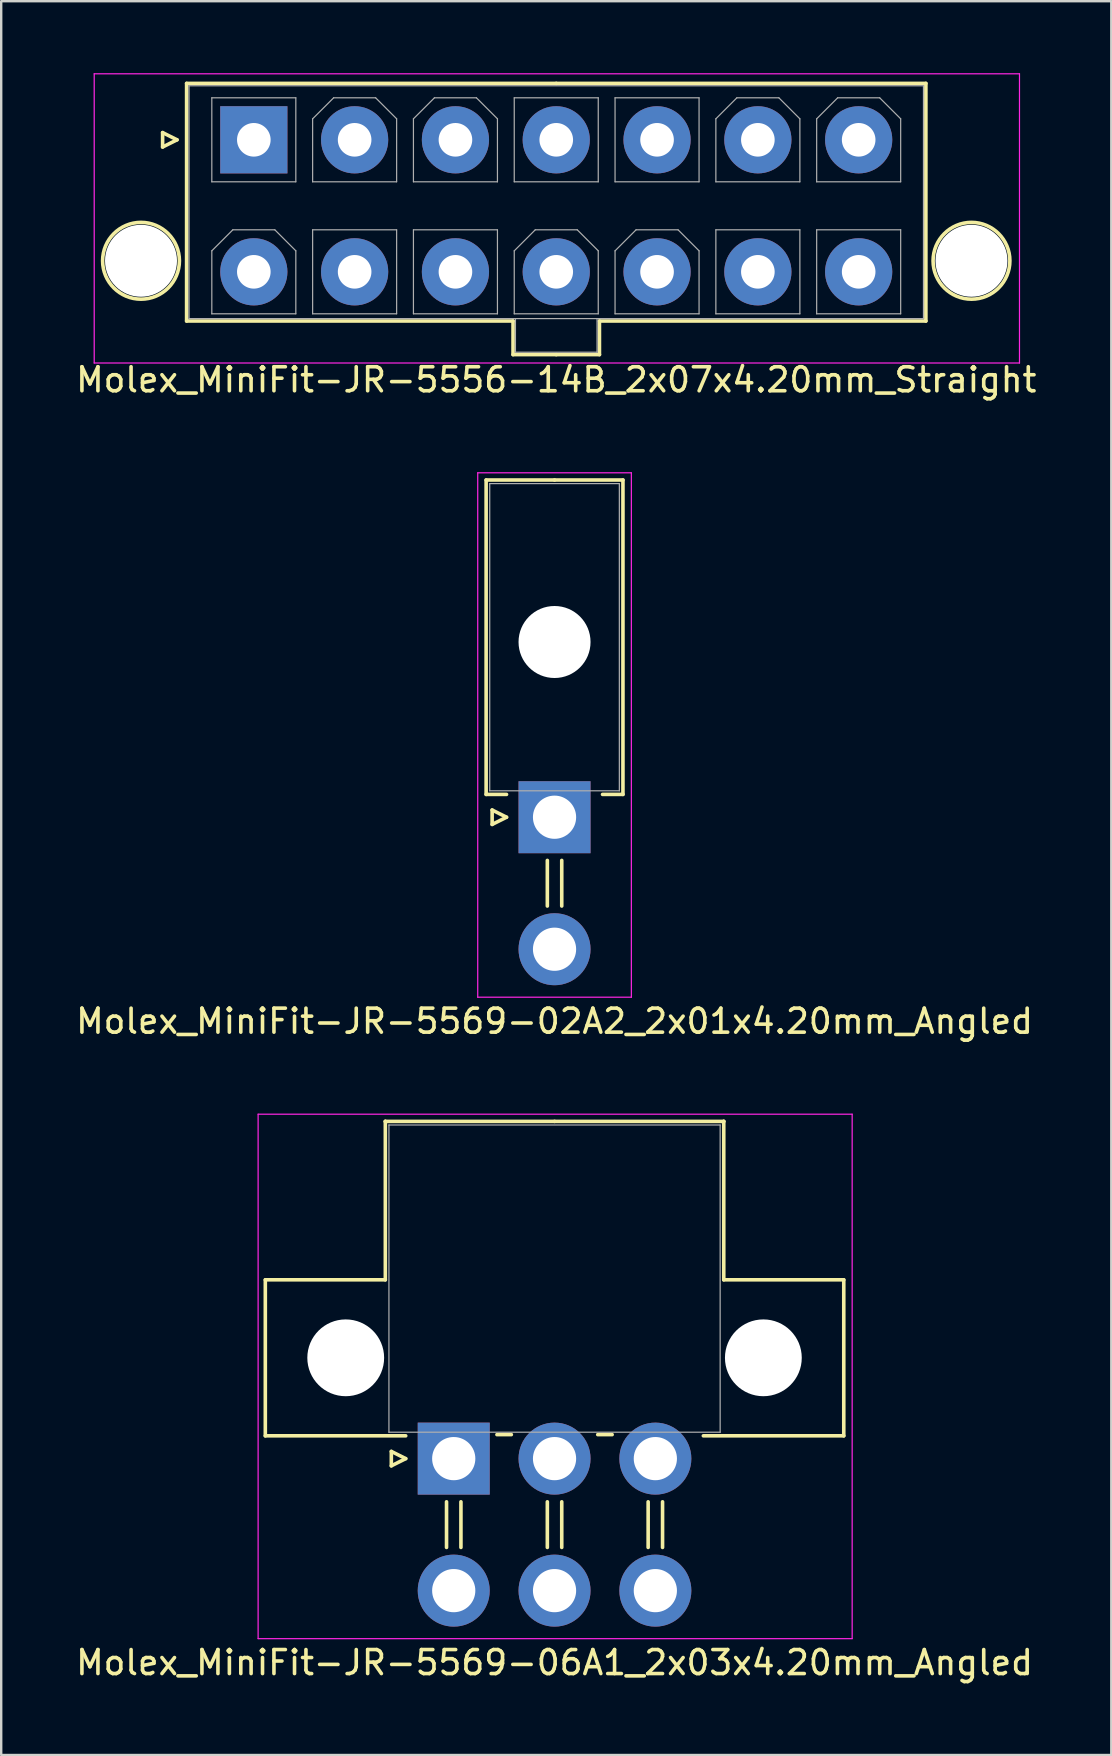
<source format=kicad_pcb>
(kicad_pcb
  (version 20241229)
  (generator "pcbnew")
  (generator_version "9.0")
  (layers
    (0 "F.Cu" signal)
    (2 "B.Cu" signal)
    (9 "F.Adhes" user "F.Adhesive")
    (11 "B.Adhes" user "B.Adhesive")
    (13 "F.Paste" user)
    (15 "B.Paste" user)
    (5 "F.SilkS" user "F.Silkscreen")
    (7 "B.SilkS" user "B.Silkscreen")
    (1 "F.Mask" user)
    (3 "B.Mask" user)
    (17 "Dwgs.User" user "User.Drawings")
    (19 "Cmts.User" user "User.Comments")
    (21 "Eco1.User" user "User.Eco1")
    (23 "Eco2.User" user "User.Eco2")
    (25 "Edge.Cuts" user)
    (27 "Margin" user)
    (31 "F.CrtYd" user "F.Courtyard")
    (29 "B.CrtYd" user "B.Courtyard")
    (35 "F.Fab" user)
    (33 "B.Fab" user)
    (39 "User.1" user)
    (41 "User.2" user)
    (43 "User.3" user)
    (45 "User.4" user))
  (footprint "Molex_MiniFit-JR-5569-06A1_2x03x4.20mm_Angled"
    (layer "F.Cu")
    (at 15.854 57.721)
    (property "Reference" "Molex_MiniFit-JR-5569-06A1_2x03x4.20mm_Angled" (at 4.2 8.5 0) (layer "F.SilkS") (effects (font (size 1 1) (thickness 0.15))))
    (attr through_hole)
    (fp_line (start -7.85 -7.45) (end -7.85 -0.95) (stroke (width 0.15) (type solid)) (layer "F.SilkS"))
    (fp_line (start -7.85 -0.95) (end -2 -0.95) (stroke (width 0.15) (type solid)) (layer "F.SilkS"))
    (fp_line (start -2.85 -14.05) (end -2.85 -14.05) (stroke (width 0.15) (type solid)) (layer "F.SilkS"))
    (fp_line (start -2.85 -14.05) (end -2.85 -7.45) (stroke (width 0.15) (type solid)) (layer "F.SilkS"))
    (fp_line (start -2.85 -7.45) (end -7.85 -7.45) (stroke (width 0.15) (type solid)) (layer "F.SilkS"))
    (fp_line (start -2.6 -0.3) (end -2 0) (stroke (width 0.15) (type solid)) (layer "F.SilkS"))
    (fp_line (start -2.6 0.3) (end -2.6 -0.3) (stroke (width 0.15) (type solid)) (layer "F.SilkS"))
    (fp_line (start -2 0) (end -2.6 0.3) (stroke (width 0.15) (type solid)) (layer "F.SilkS"))
    (fp_line (start -0.3 1.8) (end -0.3 3.7) (stroke (width 0.15) (type solid)) (layer "F.SilkS"))
    (fp_line (start 0.3 1.8) (end 0.3 3.7) (stroke (width 0.15) (type solid)) (layer "F.SilkS"))
    (fp_line (start 1.8 -1) (end 2.4 -1) (stroke (width 0.15) (type solid)) (layer "F.SilkS"))
    (fp_line (start 3.9 1.8) (end 3.9 3.7) (stroke (width 0.15) (type solid)) (layer "F.SilkS"))
    (fp_line (start 4.2 -14.05) (end -2.85 -14.05) (stroke (width 0.15) (type solid)) (layer "F.SilkS"))
    (fp_line (start 4.2 -14.05) (end 11.25 -14.05) (stroke (width 0.15) (type solid)) (layer "F.SilkS"))
    (fp_line (start 4.5 1.8) (end 4.5 3.7) (stroke (width 0.15) (type solid)) (layer "F.SilkS"))
    (fp_line (start 6 -1) (end 6.6 -1) (stroke (width 0.15) (type solid)) (layer "F.SilkS"))
    (fp_line (start 8.1 1.8) (end 8.1 3.7) (stroke (width 0.15) (type solid)) (layer "F.SilkS"))
    (fp_line (start 8.7 1.8) (end 8.7 3.7) (stroke (width 0.15) (type solid)) (layer "F.SilkS"))
    (fp_line (start 11.25 -14.05) (end 11.25 -14.05) (stroke (width 0.15) (type solid)) (layer "F.SilkS"))
    (fp_line (start 11.25 -14.05) (end 11.25 -7.45) (stroke (width 0.15) (type solid)) (layer "F.SilkS"))
    (fp_line (start 11.25 -7.45) (end 16.25 -7.45) (stroke (width 0.15) (type solid)) (layer "F.SilkS"))
    (fp_line (start 16.25 -7.45) (end 16.25 -0.95) (stroke (width 0.15) (type solid)) (layer "F.SilkS"))
    (fp_line (start 16.25 -0.95) (end 10.4 -0.95) (stroke (width 0.15) (type solid)) (layer "F.SilkS"))
    (fp_line (start -8.15 -14.35) (end -8.15 7.5) (stroke (width 0.05) (type solid)) (layer "F.CrtYd"))
    (fp_line (start -8.15 7.5) (end 16.6 7.5) (stroke (width 0.05) (type solid)) (layer "F.CrtYd"))
    (fp_line (start 16.6 -14.35) (end -8.15 -14.35) (stroke (width 0.05) (type solid)) (layer "F.CrtYd"))
    (fp_line (start 16.6 7.5) (end 16.6 -14.35) (stroke (width 0.05) (type solid)) (layer "F.CrtYd"))
    (fp_line (start -2.7 -13.9) (end -2.7 -1.1) (stroke (width 0.05) (type solid)) (layer "F.Fab"))
    (fp_line (start -2.7 -1.1) (end 11.1 -1.1) (stroke (width 0.05) (type solid)) (layer "F.Fab"))
    (fp_line (start 11.1 -13.9) (end -2.7 -13.9) (stroke (width 0.05) (type solid)) (layer "F.Fab"))
    (fp_line (start 11.1 -1.1) (end 11.1 -13.9) (stroke (width 0.05) (type solid)) (layer "F.Fab"))
    (pad "" np_thru_hole circle (at -4.5 -4.2) (size 3.2 3.2) (drill 3.2) (layers "*.Cu"))
    (pad "" np_thru_hole circle (at 12.9 -4.2) (size 3.2 3.2) (drill 3.2) (layers "*.Cu"))
    (pad "1" thru_hole rect (at 0 0) (size 3 3) (drill 1.8) (layers "*.Cu" "*.Mask"))
    (pad "2" thru_hole circle (at 4.2 0) (size 3 3) (drill 1.8) (layers "*.Cu" "*.Mask"))
    (pad "3" thru_hole circle (at 8.4 0) (size 3 3) (drill 1.8) (layers "*.Cu" "*.Mask"))
    (pad "4" thru_hole circle (at 0 5.5) (size 3 3) (drill 1.8) (layers "*.Cu" "*.Mask"))
    (pad "5" thru_hole circle (at 4.2 5.5) (size 3 3) (drill 1.8) (layers "*.Cu" "*.Mask"))
    (pad "6" thru_hole circle (at 8.4 5.5) (size 3 3) (drill 1.8) (layers "*.Cu" "*.Mask")))
  (footprint "Molex_MiniFit-JR-5569-02A2_2x01x4.20mm_Angled"
    (layer "F.Cu")
    (at 20.054 30.998)
    (property "Reference" "Molex_MiniFit-JR-5569-02A2_2x01x4.20mm_Angled" (at 0 8.5 0) (layer "F.SilkS") (effects (font (size 1 1) (thickness 0.15))))
    (attr through_hole)
    (fp_line (start -2.85 -14.05) (end 0 -14.05) (stroke (width 0.15) (type solid)) (layer "F.SilkS"))
    (fp_line (start -2.85 -0.95) (end -2.85 -14.05) (stroke (width 0.15) (type solid)) (layer "F.SilkS"))
    (fp_line (start -2.6 -0.3) (end -2 0) (stroke (width 0.15) (type solid)) (layer "F.SilkS"))
    (fp_line (start -2.6 0.3) (end -2.6 -0.3) (stroke (width 0.15) (type solid)) (layer "F.SilkS"))
    (fp_line (start -2 -0.95) (end -2.85 -0.95) (stroke (width 0.15) (type solid)) (layer "F.SilkS"))
    (fp_line (start -2 0) (end -2.6 0.3) (stroke (width 0.15) (type solid)) (layer "F.SilkS"))
    (fp_line (start -0.3 1.8) (end -0.3 3.7) (stroke (width 0.15) (type solid)) (layer "F.SilkS"))
    (fp_line (start 0.3 1.8) (end 0.3 3.7) (stroke (width 0.15) (type solid)) (layer "F.SilkS"))
    (fp_line (start 2 -0.95) (end 2.85 -0.95) (stroke (width 0.15) (type solid)) (layer "F.SilkS"))
    (fp_line (start 2.85 -14.05) (end 0 -14.05) (stroke (width 0.15) (type solid)) (layer "F.SilkS"))
    (fp_line (start 2.85 -0.95) (end 2.85 -14.05) (stroke (width 0.15) (type solid)) (layer "F.SilkS"))
    (fp_line (start -3.2 -14.35) (end -3.2 7.5) (stroke (width 0.05) (type solid)) (layer "F.CrtYd"))
    (fp_line (start -3.2 7.5) (end 3.2 7.5) (stroke (width 0.05) (type solid)) (layer "F.CrtYd"))
    (fp_line (start 3.2 -14.35) (end -3.2 -14.35) (stroke (width 0.05) (type solid)) (layer "F.CrtYd"))
    (fp_line (start 3.2 7.5) (end 3.2 -14.35) (stroke (width 0.05) (type solid)) (layer "F.CrtYd"))
    (fp_line (start -2.7 -13.9) (end -2.7 -1.1) (stroke (width 0.05) (type solid)) (layer "F.Fab"))
    (fp_line (start -2.7 -1.1) (end 2.7 -1.1) (stroke (width 0.05) (type solid)) (layer "F.Fab"))
    (fp_line (start 2.7 -13.9) (end -2.7 -13.9) (stroke (width 0.05) (type solid)) (layer "F.Fab"))
    (fp_line (start 2.7 -1.1) (end 2.7 -13.9) (stroke (width 0.05) (type solid)) (layer "F.Fab"))
    (pad "" np_thru_hole circle (at 0 -7.3) (size 3 3) (drill 3) (layers "*.Cu"))
    (pad "1" thru_hole rect (at 0 0) (size 3 3) (drill 1.8) (layers "*.Cu" "*.Mask"))
    (pad "2" thru_hole circle (at 0 5.5) (size 3 3) (drill 1.8) (layers "*.Cu" "*.Mask")))
  (footprint "Molex_MiniFit-JR-5556-14B_2x07x4.20mm_Straight"
    (layer "F.Cu")
    (at 7.525 2.775)
    (property "Reference" "Molex_MiniFit-JR-5556-14B_2x07x4.20mm_Straight" (at 12.6 10 0) (layer "F.SilkS") (effects (font (size 1 1) (thickness 0.15))))
    (attr through_hole)
    (fp_line (start -3.8 -0.3) (end -3.2 0) (stroke (width 0.15) (type solid)) (layer "F.SilkS"))
    (fp_line (start -3.8 0.3) (end -3.8 -0.3) (stroke (width 0.15) (type solid)) (layer "F.SilkS"))
    (fp_line (start -3.2 0) (end -3.8 0.3) (stroke (width 0.15) (type solid)) (layer "F.SilkS"))
    (fp_line (start -2.8 -2.35) (end -2.8 7.55) (stroke (width 0.15) (type solid)) (layer "F.SilkS"))
    (fp_line (start -2.8 7.55) (end 10.8 7.55) (stroke (width 0.15) (type solid)) (layer "F.SilkS"))
    (fp_line (start 10.8 7.55) (end 10.8 8.95) (stroke (width 0.15) (type solid)) (layer "F.SilkS"))
    (fp_line (start 10.8 8.95) (end 12.6 8.95) (stroke (width 0.15) (type solid)) (layer "F.SilkS"))
    (fp_line (start 12.6 -2.35) (end -2.8 -2.35) (stroke (width 0.15) (type solid)) (layer "F.SilkS"))
    (fp_line (start 12.6 -2.35) (end 28 -2.35) (stroke (width 0.15) (type solid)) (layer "F.SilkS"))
    (fp_line (start 14.4 7.55) (end 14.4 8.95) (stroke (width 0.15) (type solid)) (layer "F.SilkS"))
    (fp_line (start 14.4 8.95) (end 12.6 8.95) (stroke (width 0.15) (type solid)) (layer "F.SilkS"))
    (fp_line (start 28 -2.35) (end 28 7.55) (stroke (width 0.15) (type solid)) (layer "F.SilkS"))
    (fp_line (start 28 7.55) (end 14.4 7.55) (stroke (width 0.15) (type solid)) (layer "F.SilkS"))
    (fp_circle (center -4.7 5.04) (end -3.1 5.04) (stroke (width 0.15) (type solid)) (fill no) (layer "F.SilkS"))
    (fp_circle (center 29.9 5.04) (end 31.5 5.04) (stroke (width 0.15) (type solid)) (fill no) (layer "F.SilkS"))
    (fp_line (start -6.65 -2.75) (end -6.65 9.3) (stroke (width 0.05) (type solid)) (layer "F.CrtYd"))
    (fp_line (start -6.65 9.3) (end 31.9 9.3) (stroke (width 0.05) (type solid)) (layer "F.CrtYd"))
    (fp_line (start 31.9 -2.75) (end -6.65 -2.75) (stroke (width 0.05) (type solid)) (layer "F.CrtYd"))
    (fp_line (start 31.9 9.3) (end 31.9 -2.75) (stroke (width 0.05) (type solid)) (layer "F.CrtYd"))
    (fp_line (start -2.7 -2.25) (end -2.7 7.45) (stroke (width 0.05) (type solid)) (layer "F.Fab"))
    (fp_line (start -2.7 7.45) (end 27.9 7.45) (stroke (width 0.05) (type solid)) (layer "F.Fab"))
    (fp_line (start -1.75 -1.75) (end -1.75 1.75) (stroke (width 0.05) (type solid)) (layer "F.Fab"))
    (fp_line (start -1.75 1.75) (end 1.75 1.75) (stroke (width 0.05) (type solid)) (layer "F.Fab"))
    (fp_line (start -1.75 4.625) (end -0.875 3.75) (stroke (width 0.05) (type solid)) (layer "F.Fab"))
    (fp_line (start -1.75 7.25) (end -1.75 4.625) (stroke (width 0.05) (type solid)) (layer "F.Fab"))
    (fp_line (start -0.875 3.75) (end 0.875 3.75) (stroke (width 0.05) (type solid)) (layer "F.Fab"))
    (fp_line (start 0.875 3.75) (end 1.75 4.625) (stroke (width 0.05) (type solid)) (layer "F.Fab"))
    (fp_line (start 1.75 -1.75) (end -1.75 -1.75) (stroke (width 0.05) (type solid)) (layer "F.Fab"))
    (fp_line (start 1.75 1.75) (end 1.75 -1.75) (stroke (width 0.05) (type solid)) (layer "F.Fab"))
    (fp_line (start 1.75 4.625) (end 1.75 7.25) (stroke (width 0.05) (type solid)) (layer "F.Fab"))
    (fp_line (start 1.75 7.25) (end -1.75 7.25) (stroke (width 0.05) (type solid)) (layer "F.Fab"))
    (fp_line (start 2.45 -0.875) (end 3.325 -1.75) (stroke (width 0.05) (type solid)) (layer "F.Fab"))
    (fp_line (start 2.45 1.75) (end 2.45 -0.875) (stroke (width 0.05) (type solid)) (layer "F.Fab"))
    (fp_line (start 2.45 3.75) (end 2.45 7.25) (stroke (width 0.05) (type solid)) (layer "F.Fab"))
    (fp_line (start 2.45 7.25) (end 5.95 7.25) (stroke (width 0.05) (type solid)) (layer "F.Fab"))
    (fp_line (start 3.325 -1.75) (end 5.075 -1.75) (stroke (width 0.05) (type solid)) (layer "F.Fab"))
    (fp_line (start 5.075 -1.75) (end 5.95 -0.875) (stroke (width 0.05) (type solid)) (layer "F.Fab"))
    (fp_line (start 5.95 -0.875) (end 5.95 1.75) (stroke (width 0.05) (type solid)) (layer "F.Fab"))
    (fp_line (start 5.95 1.75) (end 2.45 1.75) (stroke (width 0.05) (type solid)) (layer "F.Fab"))
    (fp_line (start 5.95 3.75) (end 2.45 3.75) (stroke (width 0.05) (type solid)) (layer "F.Fab"))
    (fp_line (start 5.95 7.25) (end 5.95 3.75) (stroke (width 0.05) (type solid)) (layer "F.Fab"))
    (fp_line (start 6.65 -0.875) (end 7.525 -1.75) (stroke (width 0.05) (type solid)) (layer "F.Fab"))
    (fp_line (start 6.65 1.75) (end 6.65 -0.875) (stroke (width 0.05) (type solid)) (layer "F.Fab"))
    (fp_line (start 6.65 3.75) (end 6.65 7.25) (stroke (width 0.05) (type solid)) (layer "F.Fab"))
    (fp_line (start 6.65 7.25) (end 10.15 7.25) (stroke (width 0.05) (type solid)) (layer "F.Fab"))
    (fp_line (start 7.525 -1.75) (end 9.275 -1.75) (stroke (width 0.05) (type solid)) (layer "F.Fab"))
    (fp_line (start 9.275 -1.75) (end 10.15 -0.875) (stroke (width 0.05) (type solid)) (layer "F.Fab"))
    (fp_line (start 10.15 -0.875) (end 10.15 1.75) (stroke (width 0.05) (type solid)) (layer "F.Fab"))
    (fp_line (start 10.15 1.75) (end 6.65 1.75) (stroke (width 0.05) (type solid)) (layer "F.Fab"))
    (fp_line (start 10.15 3.75) (end 6.65 3.75) (stroke (width 0.05) (type solid)) (layer "F.Fab"))
    (fp_line (start 10.15 7.25) (end 10.15 3.75) (stroke (width 0.05) (type solid)) (layer "F.Fab"))
    (fp_line (start 10.85 -1.75) (end 10.85 1.75) (stroke (width 0.05) (type solid)) (layer "F.Fab"))
    (fp_line (start 10.85 1.75) (end 14.35 1.75) (stroke (width 0.05) (type solid)) (layer "F.Fab"))
    (fp_line (start 10.85 4.625) (end 11.725 3.75) (stroke (width 0.05) (type solid)) (layer "F.Fab"))
    (fp_line (start 10.85 7.25) (end 10.85 4.625) (stroke (width 0.05) (type solid)) (layer "F.Fab"))
    (fp_line (start 10.9 7.45) (end 10.9 8.85) (stroke (width 0.05) (type solid)) (layer "F.Fab"))
    (fp_line (start 10.9 8.85) (end 14.3 8.85) (stroke (width 0.05) (type solid)) (layer "F.Fab"))
    (fp_line (start 11.725 3.75) (end 13.475 3.75) (stroke (width 0.05) (type solid)) (layer "F.Fab"))
    (fp_line (start 13.475 3.75) (end 14.35 4.625) (stroke (width 0.05) (type solid)) (layer "F.Fab"))
    (fp_line (start 14.3 8.85) (end 14.3 7.45) (stroke (width 0.05) (type solid)) (layer "F.Fab"))
    (fp_line (start 14.35 -1.75) (end 10.85 -1.75) (stroke (width 0.05) (type solid)) (layer "F.Fab"))
    (fp_line (start 14.35 1.75) (end 14.35 -1.75) (stroke (width 0.05) (type solid)) (layer "F.Fab"))
    (fp_line (start 14.35 4.625) (end 14.35 7.25) (stroke (width 0.05) (type solid)) (layer "F.Fab"))
    (fp_line (start 14.35 7.25) (end 10.85 7.25) (stroke (width 0.05) (type solid)) (layer "F.Fab"))
    (fp_line (start 15.05 -1.75) (end 15.05 1.75) (stroke (width 0.05) (type solid)) (layer "F.Fab"))
    (fp_line (start 15.05 1.75) (end 18.55 1.75) (stroke (width 0.05) (type solid)) (layer "F.Fab"))
    (fp_line (start 15.05 4.625) (end 15.925 3.75) (stroke (width 0.05) (type solid)) (layer "F.Fab"))
    (fp_line (start 15.05 7.25) (end 15.05 4.625) (stroke (width 0.05) (type solid)) (layer "F.Fab"))
    (fp_line (start 15.925 3.75) (end 17.675 3.75) (stroke (width 0.05) (type solid)) (layer "F.Fab"))
    (fp_line (start 17.675 3.75) (end 18.55 4.625) (stroke (width 0.05) (type solid)) (layer "F.Fab"))
    (fp_line (start 18.55 -1.75) (end 15.05 -1.75) (stroke (width 0.05) (type solid)) (layer "F.Fab"))
    (fp_line (start 18.55 1.75) (end 18.55 -1.75) (stroke (width 0.05) (type solid)) (layer "F.Fab"))
    (fp_line (start 18.55 4.625) (end 18.55 7.25) (stroke (width 0.05) (type solid)) (layer "F.Fab"))
    (fp_line (start 18.55 7.25) (end 15.05 7.25) (stroke (width 0.05) (type solid)) (layer "F.Fab"))
    (fp_line (start 19.25 -0.875) (end 20.125 -1.75) (stroke (width 0.05) (type solid)) (layer "F.Fab"))
    (fp_line (start 19.25 1.75) (end 19.25 -0.875) (stroke (width 0.05) (type solid)) (layer "F.Fab"))
    (fp_line (start 19.25 3.75) (end 19.25 7.25) (stroke (width 0.05) (type solid)) (layer "F.Fab"))
    (fp_line (start 19.25 7.25) (end 22.75 7.25) (stroke (width 0.05) (type solid)) (layer "F.Fab"))
    (fp_line (start 20.125 -1.75) (end 21.875 -1.75) (stroke (width 0.05) (type solid)) (layer "F.Fab"))
    (fp_line (start 21.875 -1.75) (end 22.75 -0.875) (stroke (width 0.05) (type solid)) (layer "F.Fab"))
    (fp_line (start 22.75 -0.875) (end 22.75 1.75) (stroke (width 0.05) (type solid)) (layer "F.Fab"))
    (fp_line (start 22.75 1.75) (end 19.25 1.75) (stroke (width 0.05) (type solid)) (layer "F.Fab"))
    (fp_line (start 22.75 3.75) (end 19.25 3.75) (stroke (width 0.05) (type solid)) (layer "F.Fab"))
    (fp_line (start 22.75 7.25) (end 22.75 3.75) (stroke (width 0.05) (type solid)) (layer "F.Fab"))
    (fp_line (start 23.45 -0.875) (end 24.325 -1.75) (stroke (width 0.05) (type solid)) (layer "F.Fab"))
    (fp_line (start 23.45 1.75) (end 23.45 -0.875) (stroke (width 0.05) (type solid)) (layer "F.Fab"))
    (fp_line (start 23.45 3.75) (end 23.45 7.25) (stroke (width 0.05) (type solid)) (layer "F.Fab"))
    (fp_line (start 23.45 7.25) (end 26.95 7.25) (stroke (width 0.05) (type solid)) (layer "F.Fab"))
    (fp_line (start 24.325 -1.75) (end 26.075 -1.75) (stroke (width 0.05) (type solid)) (layer "F.Fab"))
    (fp_line (start 26.075 -1.75) (end 26.95 -0.875) (stroke (width 0.05) (type solid)) (layer "F.Fab"))
    (fp_line (start 26.95 -0.875) (end 26.95 1.75) (stroke (width 0.05) (type solid)) (layer "F.Fab"))
    (fp_line (start 26.95 1.75) (end 23.45 1.75) (stroke (width 0.05) (type solid)) (layer "F.Fab"))
    (fp_line (start 26.95 3.75) (end 23.45 3.75) (stroke (width 0.05) (type solid)) (layer "F.Fab"))
    (fp_line (start 26.95 7.25) (end 26.95 3.75) (stroke (width 0.05) (type solid)) (layer "F.Fab"))
    (fp_line (start 27.9 -2.25) (end -2.7 -2.25) (stroke (width 0.05) (type solid)) (layer "F.Fab"))
    (fp_line (start 27.9 7.45) (end 27.9 -2.25) (stroke (width 0.05) (type solid)) (layer "F.Fab"))
    (pad "" np_thru_hole circle (at -4.7 5.04) (size 3 3) (drill 3) (layers "*.Cu"))
    (pad "" np_thru_hole circle (at 29.9 5.04) (size 3 3) (drill 3) (layers "*.Cu"))
    (pad "1" thru_hole rect (at 0 0) (size 2.8 2.8) (drill 1.4) (layers "*.Cu" "*.Mask"))
    (pad "2" thru_hole circle (at 4.2 0) (size 2.8 2.8) (drill 1.4) (layers "*.Cu" "*.Mask"))
    (pad "3" thru_hole circle (at 8.4 0) (size 2.8 2.8) (drill 1.4) (layers "*.Cu" "*.Mask"))
    (pad "4" thru_hole circle (at 12.6 0) (size 2.8 2.8) (drill 1.4) (layers "*.Cu" "*.Mask"))
    (pad "5" thru_hole circle (at 16.8 0) (size 2.8 2.8) (drill 1.4) (layers "*.Cu" "*.Mask"))
    (pad "6" thru_hole circle (at 21 0) (size 2.8 2.8) (drill 1.4) (layers "*.Cu" "*.Mask"))
    (pad "7" thru_hole circle (at 25.2 0) (size 2.8 2.8) (drill 1.4) (layers "*.Cu" "*.Mask"))
    (pad "8" thru_hole circle (at 0 5.5) (size 2.8 2.8) (drill 1.4) (layers "*.Cu" "*.Mask"))
    (pad "9" thru_hole circle (at 4.2 5.5) (size 2.8 2.8) (drill 1.4) (layers "*.Cu" "*.Mask"))
    (pad "10" thru_hole circle (at 8.4 5.5) (size 2.8 2.8) (drill 1.4) (layers "*.Cu" "*.Mask"))
    (pad "11" thru_hole circle (at 12.6 5.5) (size 2.8 2.8) (drill 1.4) (layers "*.Cu" "*.Mask"))
    (pad "12" thru_hole circle (at 16.8 5.5) (size 2.8 2.8) (drill 1.4) (layers "*.Cu" "*.Mask"))
    (pad "13" thru_hole circle (at 21 5.5) (size 2.8 2.8) (drill 1.4) (layers "*.Cu" "*.Mask"))
    (pad "14" thru_hole circle (at 25.2 5.5) (size 2.8 2.8) (drill 1.4) (layers "*.Cu" "*.Mask")))
  (gr_rect
    (start -3 -3)
    (end 43.25 70.07)
    (stroke (width 0.1) (type default))
    (fill no)
    (layer "Edge.Cuts")))
</source>
